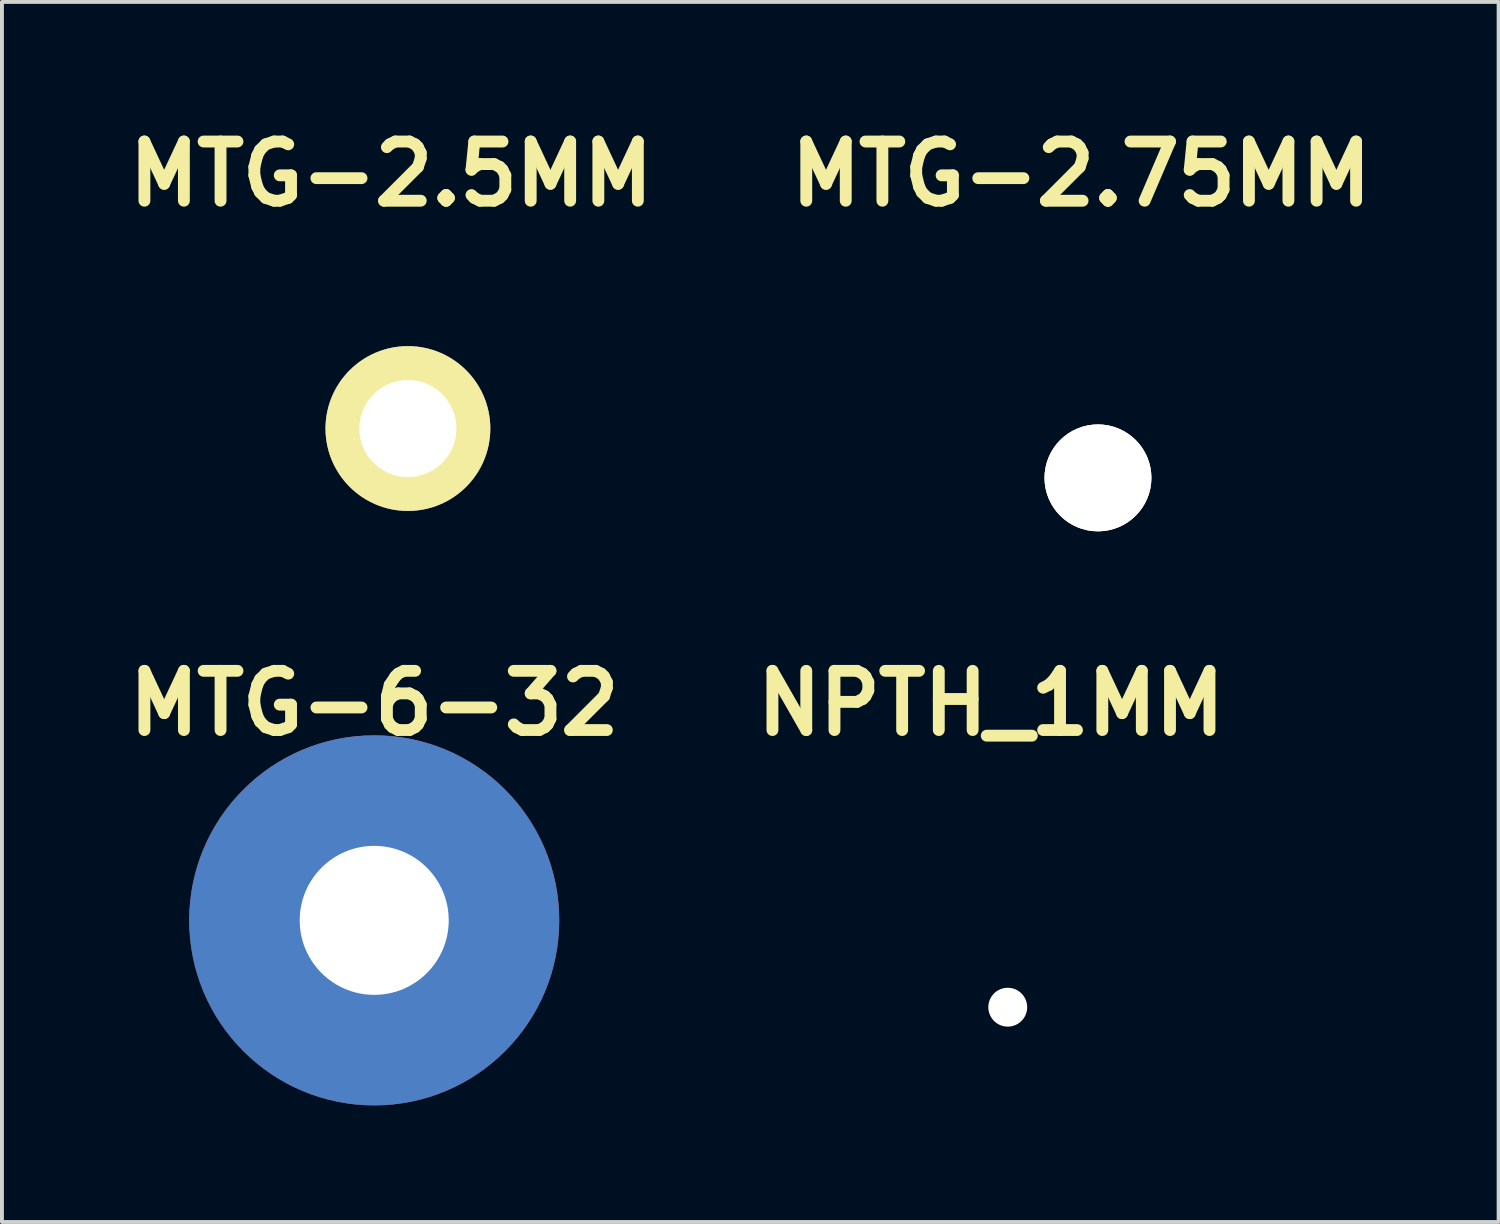
<source format=kicad_pcb>
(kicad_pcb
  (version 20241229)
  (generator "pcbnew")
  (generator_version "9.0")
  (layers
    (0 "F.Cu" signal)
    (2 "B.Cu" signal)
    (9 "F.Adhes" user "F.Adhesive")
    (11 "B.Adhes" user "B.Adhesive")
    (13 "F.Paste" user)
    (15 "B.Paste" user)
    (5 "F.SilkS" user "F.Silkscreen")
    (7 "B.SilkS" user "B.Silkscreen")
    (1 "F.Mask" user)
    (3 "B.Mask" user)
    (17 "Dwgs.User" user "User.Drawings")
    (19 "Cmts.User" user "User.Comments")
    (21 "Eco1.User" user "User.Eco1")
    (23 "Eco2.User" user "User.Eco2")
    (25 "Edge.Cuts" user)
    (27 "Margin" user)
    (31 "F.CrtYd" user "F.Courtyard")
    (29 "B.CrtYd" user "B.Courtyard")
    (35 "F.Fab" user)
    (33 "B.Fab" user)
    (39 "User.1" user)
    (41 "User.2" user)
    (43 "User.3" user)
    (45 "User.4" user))
  (footprint "NPTH_1MM"
    (layer "F.Cu")
    (at 22.888 22.874)
    (property "Reference" "NPTH_1MM" (at -0.432 -7.823 0) (layer "F.SilkS") (effects (font (size 1.524 1.524) (thickness 0.305))))
    (attr through_hole)
    (pad "" np_thru_hole circle (at 0 0) (size 1 1) (drill 1) (layers "*.Cu" "*.Mask")))
  (footprint "MTG-2.75MM"
    (layer "F.Cu")
    (at 25.21 9.25)
    (property "Reference" "MTG-2.75MM" (at -0.432 -7.823 0) (layer "F.SilkS") (effects (font (size 1.524 1.524) (thickness 0.305))))
    (attr through_hole)
    (pad "1" thru_hole circle (at 0 0) (size 2.75 2.75) (drill 2.75) (layers "*.Cu" "*.Mask" "F.SilkS")))
  (footprint "MTG-2.5MM"
    (layer "F.Cu")
    (at 7.449 9.25)
    (property "Reference" "MTG-2.5MM" (at -0.432 -7.823 0) (layer "F.SilkS") (effects (font (size 1.524 1.524) (thickness 0.305))))
    (attr through_hole)
    (pad "1" thru_hole circle (at 0 -1.27) (size 4.242 4.242) (drill 2.499) (layers "*.Cu" "*.Mask" "F.SilkS")))
  (footprint "MTG-6-32"
    (layer "F.Cu")
    (at 6.582 20.639)
    (property "Reference" "MTG-6-32" (at 0 -5.588 0) (layer "F.SilkS") (effects (font (size 1.524 1.524) (thickness 0.305))))
    (attr through_hole)
    (pad "1" thru_hole circle (at 0 0) (size 9.525 9.525) (drill 3.835) (layers "*.Cu" "*.Mask")))
  (gr_rect
    (start -3 -3)
    (end 35.522 28.402)
    (stroke (width 0.1) (type default))
    (fill no)
    (layer "Edge.Cuts")))
</source>
